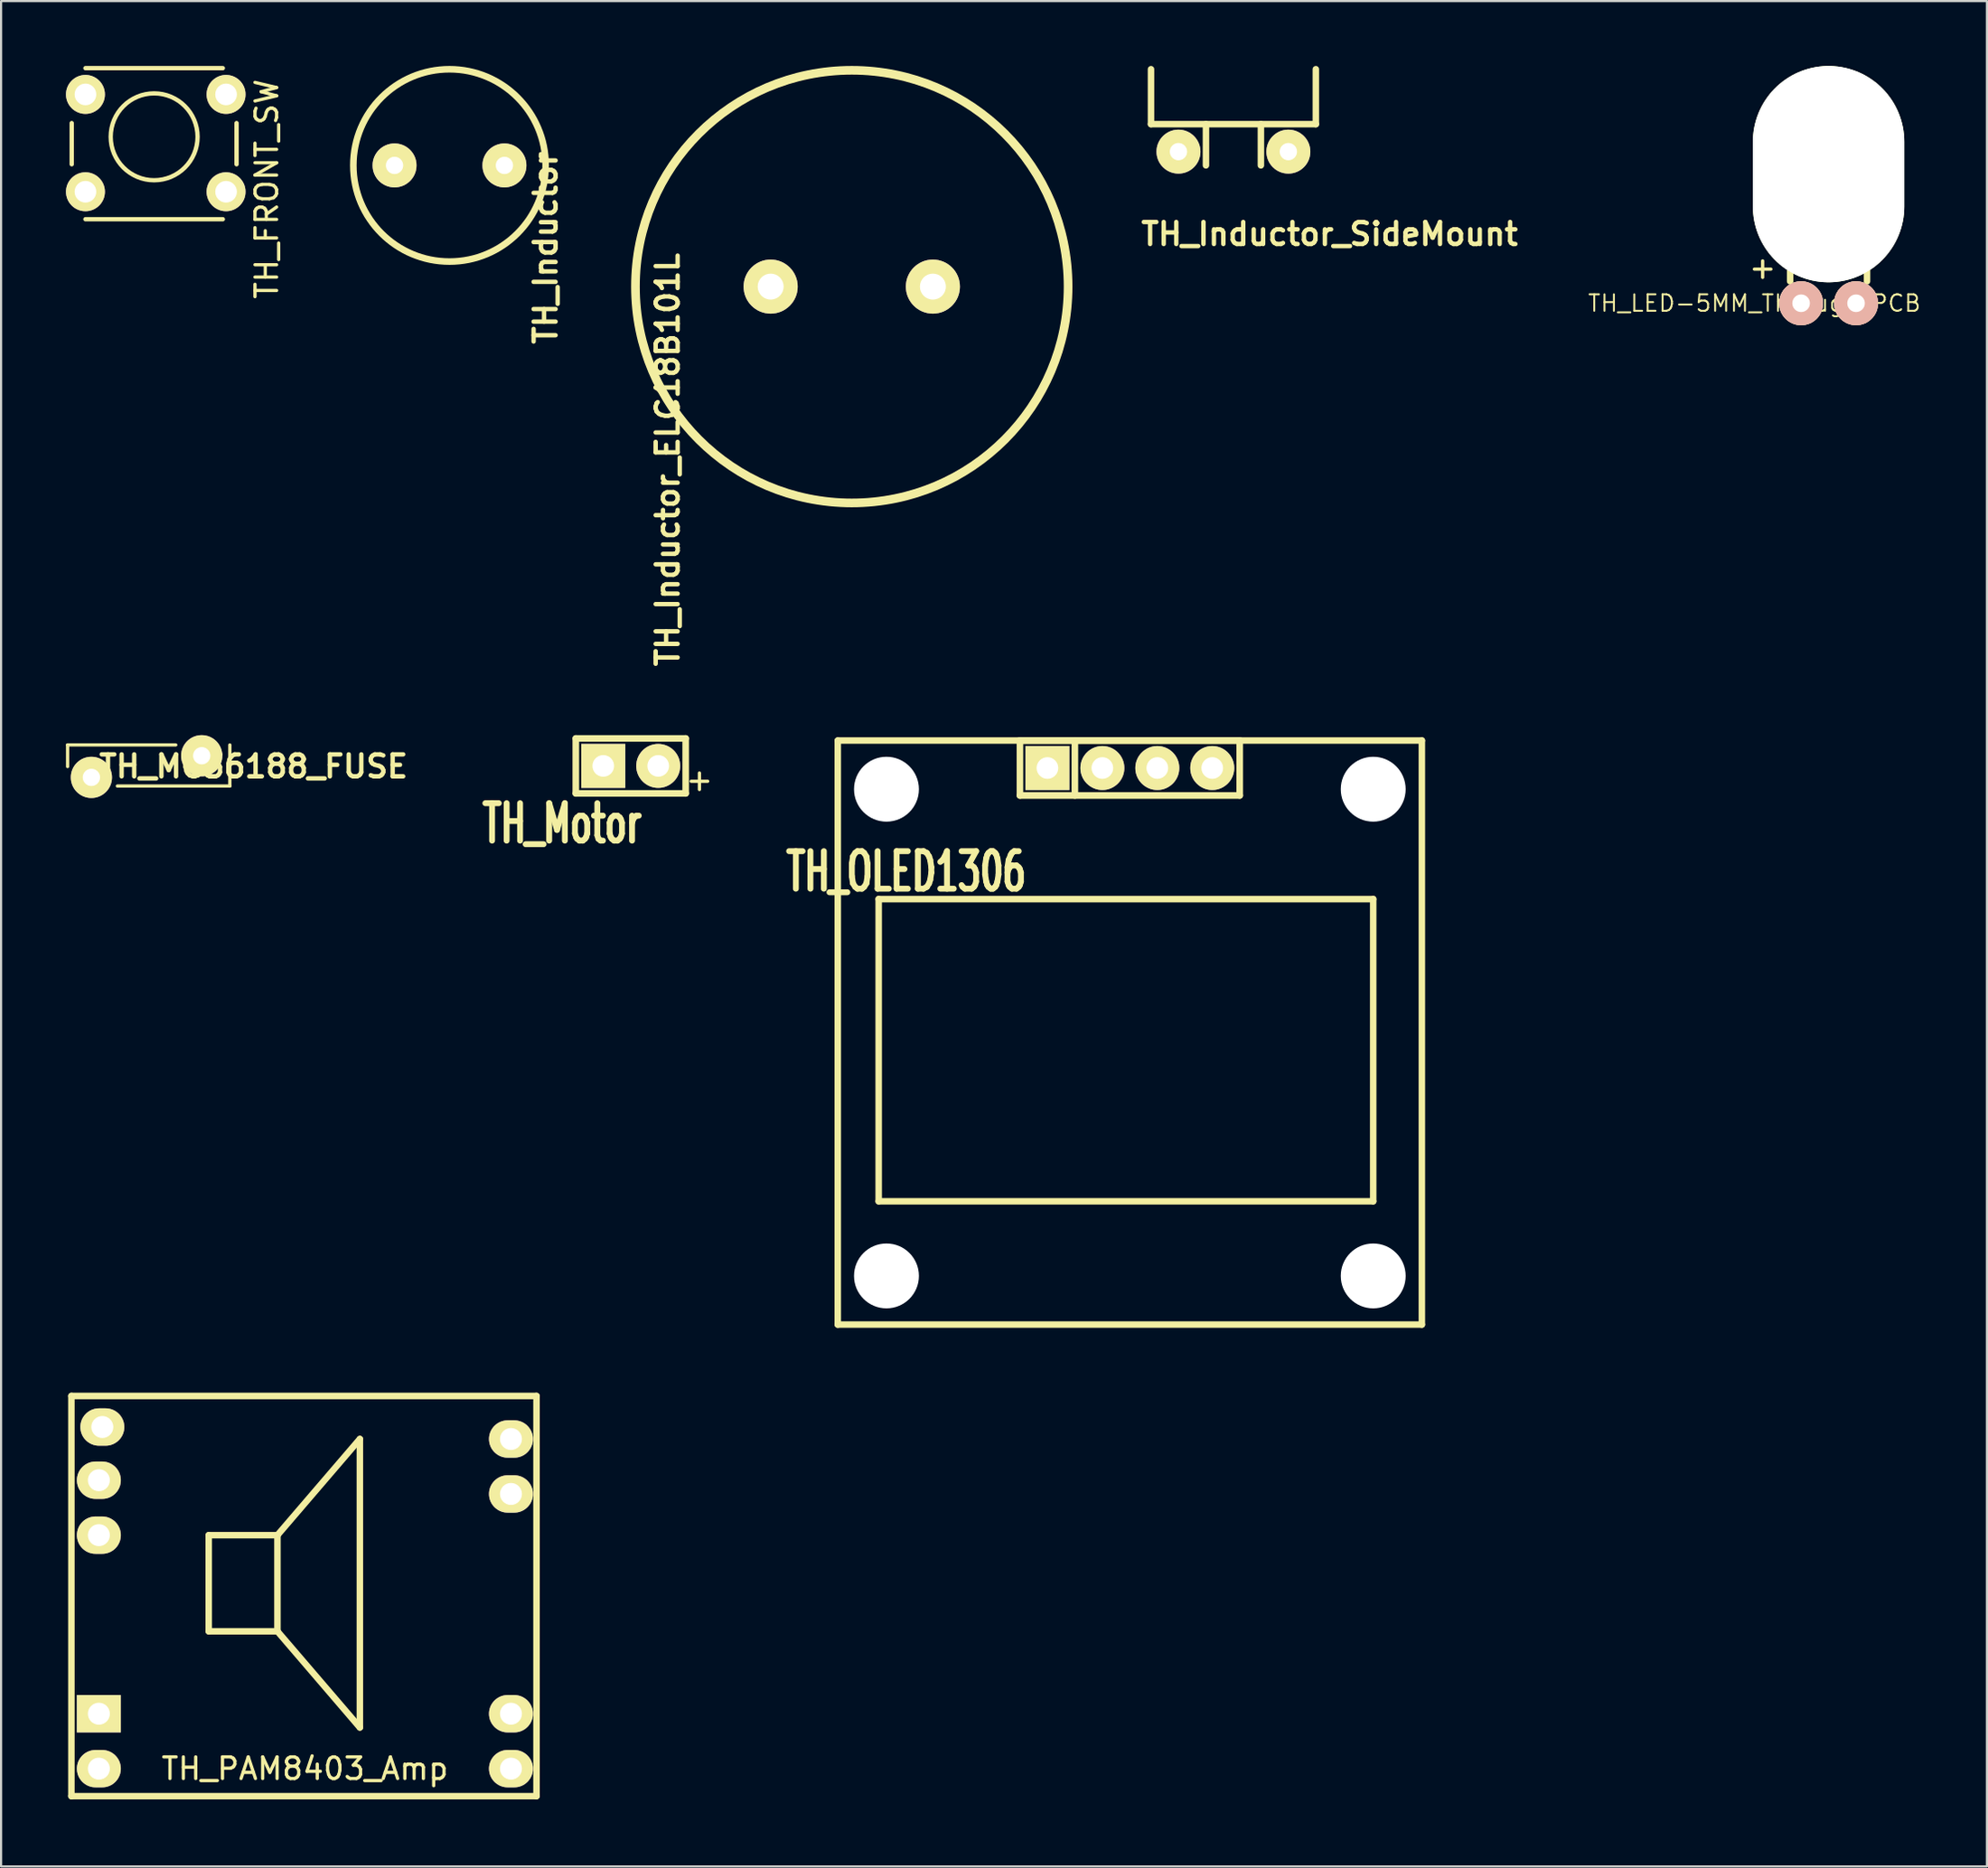
<source format=kicad_pcb>
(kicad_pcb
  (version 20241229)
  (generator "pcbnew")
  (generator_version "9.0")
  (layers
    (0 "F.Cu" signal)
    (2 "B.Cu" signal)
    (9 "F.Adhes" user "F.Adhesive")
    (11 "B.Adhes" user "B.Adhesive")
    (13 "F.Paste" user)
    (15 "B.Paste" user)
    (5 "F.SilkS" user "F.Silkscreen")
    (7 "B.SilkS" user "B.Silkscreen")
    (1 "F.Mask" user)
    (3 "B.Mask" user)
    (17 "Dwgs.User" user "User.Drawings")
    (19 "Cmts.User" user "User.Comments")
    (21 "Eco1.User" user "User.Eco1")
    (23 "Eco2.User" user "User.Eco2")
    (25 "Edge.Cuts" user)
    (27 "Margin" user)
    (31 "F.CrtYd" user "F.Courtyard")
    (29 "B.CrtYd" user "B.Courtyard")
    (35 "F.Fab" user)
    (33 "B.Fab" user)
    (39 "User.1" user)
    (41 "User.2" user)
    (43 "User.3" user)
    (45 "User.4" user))
  (footprint "TH_OLED1306"
    (layer "F.Cu")
    (at 49.178 31.185)
    (property "Reference" "TH_OLED1306" (at -10.34 6.06 0) (layer "F.SilkS") (effects (font (size 1.735 1.087) (thickness 0.272))))
    (attr through_hole)
    (fp_line (start -13.5 0) (end 13.5 0) (stroke (width 0.3) (type solid)) (layer "F.SilkS"))
    (fp_line (start -13.5 27) (end -13.5 0) (stroke (width 0.3) (type solid)) (layer "F.SilkS"))
    (fp_line (start -11.61 7.33) (end 11.25 7.33) (stroke (width 0.3) (type solid)) (layer "F.SilkS"))
    (fp_line (start -11.61 21.3) (end -11.61 7.33) (stroke (width 0.3) (type solid)) (layer "F.SilkS"))
    (fp_line (start -5.08 0) (end -5.08 0) (stroke (width 0.305) (type solid)) (layer "F.SilkS"))
    (fp_line (start -5.08 0) (end -5.08 0) (stroke (width 0.305) (type solid)) (layer "F.SilkS"))
    (fp_line (start -5.08 0) (end 5.08 0) (stroke (width 0.305) (type solid)) (layer "F.SilkS"))
    (fp_line (start -5.08 2.54) (end -5.08 0) (stroke (width 0.305) (type solid)) (layer "F.SilkS"))
    (fp_line (start -2.54 2.54) (end -2.54 0) (stroke (width 0.305) (type solid)) (layer "F.SilkS"))
    (fp_line (start 5.08 0) (end 5.08 2.54) (stroke (width 0.305) (type solid)) (layer "F.SilkS"))
    (fp_line (start 5.08 2.54) (end -5.08 2.54) (stroke (width 0.305) (type solid)) (layer "F.SilkS"))
    (fp_line (start 11.25 7.33) (end 11.25 21.3) (stroke (width 0.3) (type solid)) (layer "F.SilkS"))
    (fp_line (start 11.25 21.3) (end -11.61 21.3) (stroke (width 0.3) (type solid)) (layer "F.SilkS"))
    (fp_line (start 13.5 0) (end 13.5 27) (stroke (width 0.3) (type solid)) (layer "F.SilkS"))
    (fp_line (start 13.5 27) (end -13.5 27) (stroke (width 0.3) (type solid)) (layer "F.SilkS"))
    (pad "" np_thru_hole circle (at -11.25 2.25) (size 3 3) (drill 3) (layers "*.Cu" "*.Mask"))
    (pad "" np_thru_hole circle (at -11.25 24.75) (size 3 3) (drill 3) (layers "*.Cu" "*.Mask"))
    (pad "" np_thru_hole circle (at 11.25 2.25) (size 3 3) (drill 3) (layers "*.Cu" "*.Mask"))
    (pad "" np_thru_hole circle (at 11.25 24.75) (size 3 3) (drill 3) (layers "*.Cu" "*.Mask"))
    (pad "1" thru_hole rect (at -3.81 1.27) (size 2.032 2.032) (drill 1.001) (layers "*.Cu" "*.Mask" "F.SilkS"))
    (pad "2" thru_hole circle (at -1.27 1.27) (size 2.032 2.032) (drill 1.001) (layers "*.Cu" "*.Mask" "F.SilkS"))
    (pad "3" thru_hole circle (at 1.27 1.27) (size 2.032 2.032) (drill 1.001) (layers "*.Cu" "*.Mask" "F.SilkS"))
    (pad "4" thru_hole circle (at 3.81 1.27) (size 2.032 2.032) (drill 1.001) (layers "*.Cu" "*.Mask" "F.SilkS")))
  (footprint "TH_LED-5MM_Through_PCB"
    (layer "F.Cu")
    (at 81.478 10.969)
    (property "Reference" "TH_LED-5MM_Through_PCB" (at -3.429 0 0) (layer "F.SilkS") (effects (font (size 0.762 0.762) (thickness 0.089))))
    (attr exclude_from_pos_files exclude_from_bom)
    (fp_line (start -1.778 -1.016) (end -1.778 -1.524) (stroke (width 0.3) (type solid)) (layer "F.SilkS"))
    (fp_line (start 1.778 -1.016) (end 1.778 -1.524) (stroke (width 0.3) (type solid)) (layer "F.SilkS"))
    (fp_text user "+" (at -3.048 -1.651 0) (layer "F.SilkS") (effects (font (size 1 1) (thickness 0.15))))
    (pad "" np_thru_hole oval (at 0 -5.969) (size 7 10) (drill oval 7 10) (layers "*.Cu" "*.Mask" "F.SilkS"))
    (pad "1" thru_hole circle (at -1.27 0) (size 2.032 2.032) (drill 0.813) (layers "*.Cu" "*.SilkS" "*.Mask" "F.Paste"))
    (pad "2" thru_hole circle (at 1.27 0) (size 2.032 2.032) (drill 0.813) (layers "*.Cu" "*.SilkS" "*.Mask" "F.Paste")))
  (footprint "TH_Inductor"
    (layer "F.Cu")
    (at 17.728 4.597)
    (property "Reference" "TH_Inductor" (at 4.445 3.81 90) (layer "F.SilkS") (effects (font (size 1.016 1.016) (thickness 0.203))))
    (attr through_hole)
    (fp_circle (center 0 0) (end -4.445 0) (stroke (width 0.305) (type solid)) (fill no) (layer "F.SilkS"))
    (pad "1" thru_hole circle (at -2.54 0) (size 2.032 2.032) (drill 0.8) (layers "*.Cu" "*.Mask" "F.SilkS"))
    (pad "2" thru_hole circle (at 2.54 0) (size 2.032 2.032) (drill 0.8) (layers "*.Cu" "*.Mask" "F.SilkS")))
  (footprint "TH_Inductor_ELC18B101L"
    (layer "F.Cu")
    (at 36.324 10.2)
    (property "Reference" "TH_Inductor_ELC18B101L" (at -8.509 8.001 270) (layer "F.SilkS") (effects (font (size 1.016 1.016) (thickness 0.203))))
    (attr through_hole)
    (fp_circle (center 0 0) (end 10 0) (stroke (width 0.4) (type solid)) (fill no) (layer "F.SilkS"))
    (pad "1" thru_hole circle (at -3.75 0) (size 2.5 2.5) (drill 1.2) (layers "*.Cu" "*.Mask" "F.SilkS"))
    (pad "2" thru_hole circle (at 3.75 0) (size 2.5 2.5) (drill 1.2) (layers "*.Cu" "*.Mask" "F.SilkS")))
  (footprint "TH_PAM8403_Amp"
    (layer "F.Cu")
    (at 0.25 79.985)
    (property "Reference" "TH_PAM8403_Amp" (at 10.795 -1.27 180) (layer "F.SilkS") (effects (font (size 1 1) (thickness 0.15))))
    (attr through_hole)
    (fp_line (start 0 -18.5) (end 21.5 -18.5) (stroke (width 0.3) (type solid)) (layer "F.SilkS"))
    (fp_line (start 0 0) (end 0 -18.5) (stroke (width 0.3) (type solid)) (layer "F.SilkS"))
    (fp_line (start 6.35 -12.065) (end 6.35 -7.62) (stroke (width 0.3) (type solid)) (layer "F.SilkS"))
    (fp_line (start 6.35 -12.065) (end 9.525 -12.065) (stroke (width 0.3) (type solid)) (layer "F.SilkS"))
    (fp_line (start 6.35 -7.62) (end 9.525 -7.62) (stroke (width 0.3) (type solid)) (layer "F.SilkS"))
    (fp_line (start 9.525 -12.065) (end 13.335 -16.51) (stroke (width 0.3) (type solid)) (layer "F.SilkS"))
    (fp_line (start 9.525 -7.62) (end 9.525 -12.065) (stroke (width 0.3) (type solid)) (layer "F.SilkS"))
    (fp_line (start 9.525 -7.62) (end 13.335 -3.175) (stroke (width 0.3) (type solid)) (layer "F.SilkS"))
    (fp_line (start 13.335 -3.175) (end 13.335 -16.51) (stroke (width 0.3) (type solid)) (layer "F.SilkS"))
    (fp_line (start 21.5 -18.5) (end 21.5 0) (stroke (width 0.3) (type solid)) (layer "F.SilkS"))
    (fp_line (start 21.5 0) (end 0 0) (stroke (width 0.3) (type solid)) (layer "F.SilkS"))
    (pad "1" thru_hole rect (at 1.27 -3.81) (size 2.032 1.727) (drill 1.016) (layers "*.Cu" "*.Mask" "F.SilkS"))
    (pad "2" thru_hole oval (at 1.43 -17.065) (size 2.032 1.727) (drill 1.016) (layers "*.Cu" "*.Mask" "F.SilkS"))
    (pad "3" thru_hole oval (at 1.27 -12.065) (size 2.032 1.727) (drill 1.016) (layers "*.Cu" "*.Mask" "F.SilkS"))
    (pad "4" thru_hole oval (at 1.27 -14.605) (size 2.032 1.727) (drill 1.016) (layers "*.Cu" "*.Mask" "F.SilkS"))
    (pad "4" thru_hole oval (at 1.27 -1.27) (size 2.032 1.727) (drill 1.016) (layers "*.Cu" "*.Mask" "F.SilkS"))
    (pad "5" thru_hole oval (at 20.32 -16.51) (size 2.032 1.727) (drill 1.016) (layers "*.Cu" "*.Mask" "F.SilkS"))
    (pad "6" thru_hole oval (at 20.32 -13.97) (size 2.032 1.727) (drill 1.016) (layers "*.Cu" "*.Mask" "F.SilkS"))
    (pad "7" thru_hole oval (at 20.32 -3.81) (size 2.032 1.727) (drill 1.016) (layers "*.Cu" "*.Mask" "F.SilkS"))
    (pad "8" thru_hole oval (at 20.32 -1.27) (size 2.032 1.727) (drill 1.016) (layers "*.Cu" "*.Mask" "F.SilkS")))
  (footprint "TH_Motor"
    (layer "F.Cu")
    (at 26.107 32.358)
    (property "Reference" "TH_Motor" (at -3.175 2.667 0) (layer "F.SilkS") (effects (font (size 1.73 1.087) (thickness 0.272))))
    (attr through_hole)
    (fp_line (start -2.54 -1.27) (end 2.54 -1.27) (stroke (width 0.305) (type solid)) (layer "F.SilkS"))
    (fp_line (start -2.54 1.27) (end -2.54 -1.27) (stroke (width 0.305) (type solid)) (layer "F.SilkS"))
    (fp_line (start 2.54 -1.27) (end 2.54 1.27) (stroke (width 0.305) (type solid)) (layer "F.SilkS"))
    (fp_line (start 2.54 1.27) (end -2.54 1.27) (stroke (width 0.305) (type solid)) (layer "F.SilkS"))
    (fp_text user "+" (at 3.175 0.635 0) (layer "F.SilkS") (effects (font (size 1 1) (thickness 0.15))))
    (pad "1" thru_hole rect (at -1.27 0) (size 2.032 2.032) (drill 1.001) (layers "*.Cu" "*.Mask" "F.SilkS"))
    (pad "2" thru_hole circle (at 1.27 0) (size 2.032 2.032) (drill 1.001) (layers "*.Cu" "*.Mask" "F.SilkS")))
  (footprint "TH_FRONT_SW"
    (layer "F.Cu")
    (at 0.9 5.815)
    (property "Reference" "TH_FRONT_SW" (at 8.382 -0.127 90) (layer "F.SilkS") (effects (font (size 1 1) (thickness 0.15))))
    (attr smd)
    (fp_line (start -0.635 -1.27) (end -0.635 -3.175) (stroke (width 0.2) (type solid)) (layer "F.SilkS"))
    (fp_line (start 0 -5.715) (end 6.35 -5.715) (stroke (width 0.2) (type solid)) (layer "F.SilkS"))
    (fp_line (start 0 1.27) (end 6.35 1.27) (stroke (width 0.2) (type solid)) (layer "F.SilkS"))
    (fp_line (start 6.985 -1.27) (end 6.985 -3.175) (stroke (width 0.2) (type solid)) (layer "F.SilkS"))
    (fp_circle (center 3.175 -2.54) (end 5.08 -1.905) (stroke (width 0.2) (type solid)) (fill no) (layer "F.SilkS"))
    (pad "1" thru_hole circle (at 0 -4.5) (size 1.8 1.8) (drill 1) (layers "*.Cu" "*.Mask" "F.SilkS"))
    (pad "2" thru_hole circle (at 0 0) (size 1.8 1.8) (drill 1) (layers "*.Cu" "*.Mask" "F.SilkS"))
    (pad "3" thru_hole circle (at 6.5 -4.5) (size 1.8 1.8) (drill 1) (layers "*.Cu" "*.Mask" "F.SilkS"))
    (pad "4" thru_hole circle (at 6.5 0) (size 1.8 1.8) (drill 1) (layers "*.Cu" "*.Mask" "F.SilkS")))
  (footprint "TH_MC36188_FUSE"
    (layer "F.Cu")
    (at 1.175 32.888)
    (property "Reference" "TH_MC36188_FUSE" (at 7.493 -0.508 0) (layer "F.SilkS") (effects (font (size 1.016 1.016) (thickness 0.203))))
    (attr through_hole)
    (fp_line (start -1.1 -1.5) (end -1.1 -0.5) (stroke (width 0.15) (type solid)) (layer "F.SilkS"))
    (fp_line (start -1.1 -1.5) (end 3.9 -1.5) (stroke (width 0.15) (type solid)) (layer "F.SilkS"))
    (fp_line (start 6.4 -1.5) (end 6.4 0.4) (stroke (width 0.15) (type solid)) (layer "F.SilkS"))
    (fp_line (start 6.4 0.4) (end 1.2 0.4) (stroke (width 0.15) (type solid)) (layer "F.SilkS"))
    (pad "1" thru_hole circle (at 0 0) (size 1.905 1.905) (drill 0.8) (layers "*.Cu" "*.Mask" "F.SilkS"))
    (pad "2" thru_hole circle (at 5.1 -1) (size 1.905 1.905) (drill 0.8) (layers "*.Cu" "*.Mask" "F.SilkS")))
  (footprint "TH_Inductor_SideMount"
    (layer "F.Cu")
    (at 53.966 3.96)
    (property "Reference" "TH_Inductor_SideMount" (at 4.445 3.81 180) (layer "F.SilkS") (effects (font (size 1.016 1.016) (thickness 0.203))))
    (attr through_hole)
    (fp_line (start -3.81 -3.81) (end -3.81 -1.27) (stroke (width 0.3) (type solid)) (layer "F.SilkS"))
    (fp_line (start -3.81 -1.27) (end 3.81 -1.27) (stroke (width 0.3) (type solid)) (layer "F.SilkS"))
    (fp_line (start -1.27 -1.27) (end -1.27 0.635) (stroke (width 0.3) (type solid)) (layer "F.SilkS"))
    (fp_line (start 1.27 -1.27) (end 1.27 0.635) (stroke (width 0.3) (type solid)) (layer "F.SilkS"))
    (fp_line (start 3.81 -1.27) (end 3.81 -3.81) (stroke (width 0.3) (type solid)) (layer "F.SilkS"))
    (pad "1" thru_hole circle (at -2.54 0) (size 2.032 2.032) (drill 0.8) (layers "*.Cu" "*.Mask" "F.SilkS"))
    (pad "2" thru_hole circle (at 2.54 0) (size 2.032 2.032) (drill 0.8) (layers "*.Cu" "*.Mask" "F.SilkS")))
  (gr_rect
    (start -3 -3)
    (end 88.798 83.235)
    (stroke (width 0.1) (type default))
    (fill no)
    (layer "Edge.Cuts")))
</source>
